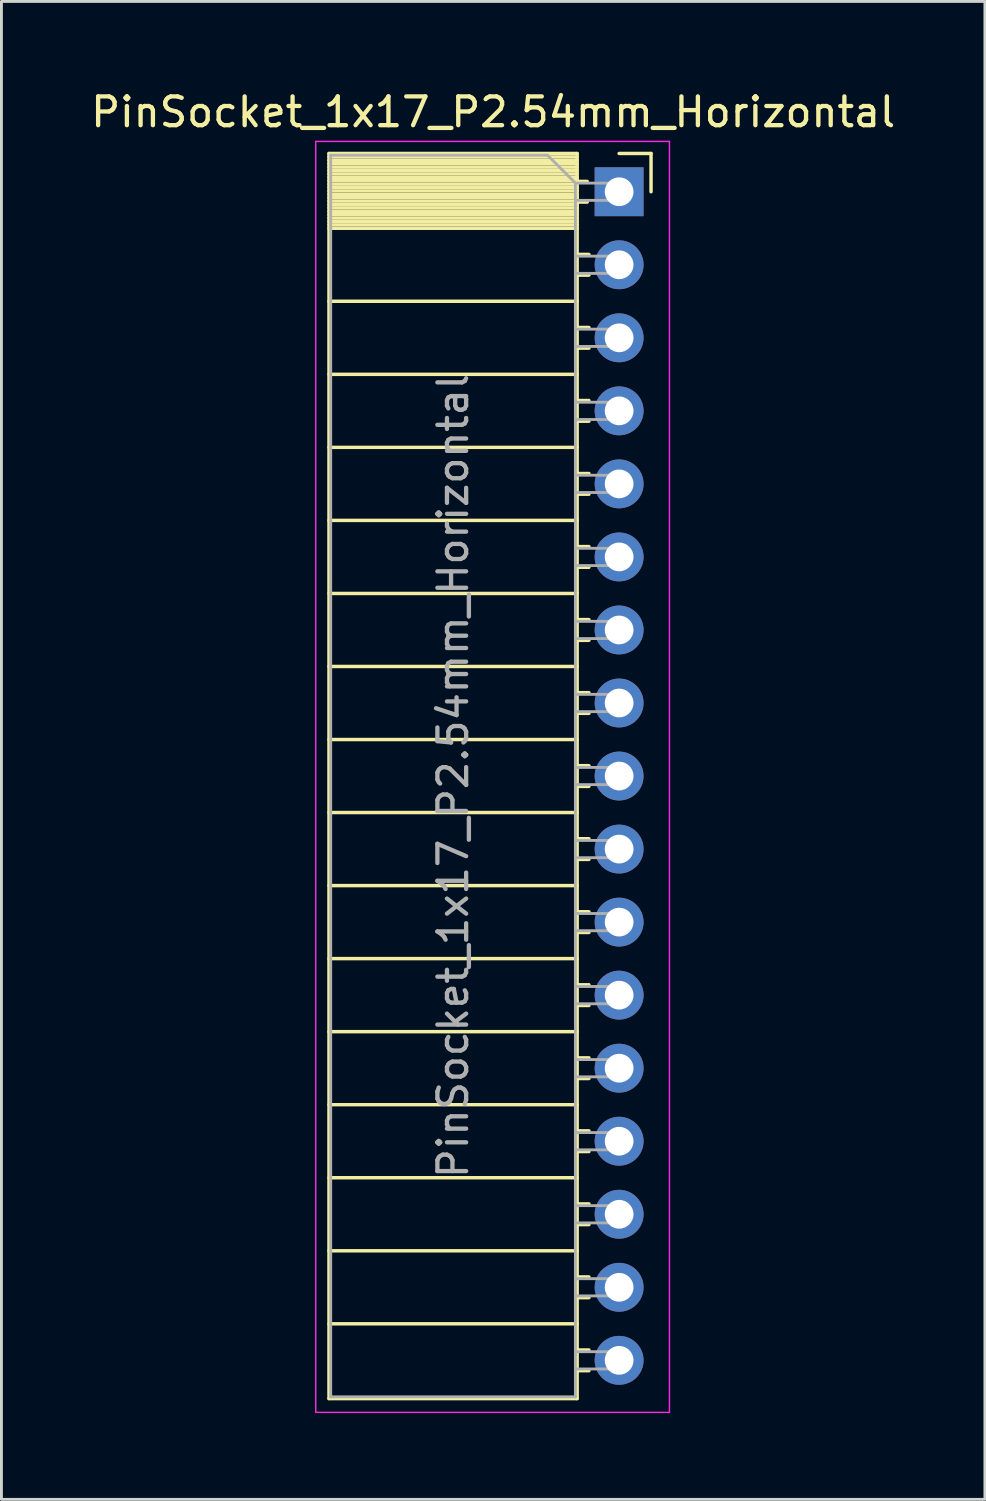
<source format=kicad_pcb>
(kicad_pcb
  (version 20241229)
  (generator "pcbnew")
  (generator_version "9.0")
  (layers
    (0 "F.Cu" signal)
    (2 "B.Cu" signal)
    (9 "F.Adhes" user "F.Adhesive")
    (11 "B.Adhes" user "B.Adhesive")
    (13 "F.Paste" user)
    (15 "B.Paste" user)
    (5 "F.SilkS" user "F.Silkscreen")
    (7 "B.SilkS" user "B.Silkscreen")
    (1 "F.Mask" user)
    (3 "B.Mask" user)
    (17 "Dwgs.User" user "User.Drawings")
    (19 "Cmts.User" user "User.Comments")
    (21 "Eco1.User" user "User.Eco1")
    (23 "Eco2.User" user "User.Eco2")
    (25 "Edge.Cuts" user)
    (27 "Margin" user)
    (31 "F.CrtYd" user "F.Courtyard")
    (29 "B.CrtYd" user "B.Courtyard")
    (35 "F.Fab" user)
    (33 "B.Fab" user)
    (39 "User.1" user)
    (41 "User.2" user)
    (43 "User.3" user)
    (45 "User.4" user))
  (footprint "PinSocket_1x17_P2.54mm_Horizontal"
    (layer "F.Cu")
    (at 18.481 3.618)
    (property "Reference" "PinSocket_1x17_P2.54mm_Horizontal" (at -4.38 -2.77 0) (layer "F.SilkS") (effects (font (size 1 1) (thickness 0.15))))
    (attr through_hole)
    (fp_line (start -10.09 -1.33) (end -10.09 41.97) (stroke (width 0.12) (type solid)) (layer "F.SilkS"))
    (fp_line (start -10.09 -1.33) (end -1.46 -1.33) (stroke (width 0.12) (type solid)) (layer "F.SilkS"))
    (fp_line (start -10.09 -1.21) (end -1.46 -1.21) (stroke (width 0.12) (type solid)) (layer "F.SilkS"))
    (fp_line (start -10.09 -1.092) (end -1.46 -1.092) (stroke (width 0.12) (type solid)) (layer "F.SilkS"))
    (fp_line (start -10.09 -0.974) (end -1.46 -0.974) (stroke (width 0.12) (type solid)) (layer "F.SilkS"))
    (fp_line (start -10.09 -0.856) (end -1.46 -0.856) (stroke (width 0.12) (type solid)) (layer "F.SilkS"))
    (fp_line (start -10.09 -0.738) (end -1.46 -0.738) (stroke (width 0.12) (type solid)) (layer "F.SilkS"))
    (fp_line (start -10.09 -0.62) (end -1.46 -0.62) (stroke (width 0.12) (type solid)) (layer "F.SilkS"))
    (fp_line (start -10.09 -0.501) (end -1.46 -0.501) (stroke (width 0.12) (type solid)) (layer "F.SilkS"))
    (fp_line (start -10.09 -0.383) (end -1.46 -0.383) (stroke (width 0.12) (type solid)) (layer "F.SilkS"))
    (fp_line (start -10.09 -0.265) (end -1.46 -0.265) (stroke (width 0.12) (type solid)) (layer "F.SilkS"))
    (fp_line (start -10.09 -0.147) (end -1.46 -0.147) (stroke (width 0.12) (type solid)) (layer "F.SilkS"))
    (fp_line (start -10.09 -0.029) (end -1.46 -0.029) (stroke (width 0.12) (type solid)) (layer "F.SilkS"))
    (fp_line (start -10.09 0.089) (end -1.46 0.089) (stroke (width 0.12) (type solid)) (layer "F.SilkS"))
    (fp_line (start -10.09 0.207) (end -1.46 0.207) (stroke (width 0.12) (type solid)) (layer "F.SilkS"))
    (fp_line (start -10.09 0.325) (end -1.46 0.325) (stroke (width 0.12) (type solid)) (layer "F.SilkS"))
    (fp_line (start -10.09 0.443) (end -1.46 0.443) (stroke (width 0.12) (type solid)) (layer "F.SilkS"))
    (fp_line (start -10.09 0.561) (end -1.46 0.561) (stroke (width 0.12) (type solid)) (layer "F.SilkS"))
    (fp_line (start -10.09 0.68) (end -1.46 0.68) (stroke (width 0.12) (type solid)) (layer "F.SilkS"))
    (fp_line (start -10.09 0.798) (end -1.46 0.798) (stroke (width 0.12) (type solid)) (layer "F.SilkS"))
    (fp_line (start -10.09 0.916) (end -1.46 0.916) (stroke (width 0.12) (type solid)) (layer "F.SilkS"))
    (fp_line (start -10.09 1.034) (end -1.46 1.034) (stroke (width 0.12) (type solid)) (layer "F.SilkS"))
    (fp_line (start -10.09 1.152) (end -1.46 1.152) (stroke (width 0.12) (type solid)) (layer "F.SilkS"))
    (fp_line (start -10.09 1.27) (end -1.46 1.27) (stroke (width 0.12) (type solid)) (layer "F.SilkS"))
    (fp_line (start -10.09 3.81) (end -1.46 3.81) (stroke (width 0.12) (type solid)) (layer "F.SilkS"))
    (fp_line (start -10.09 6.35) (end -1.46 6.35) (stroke (width 0.12) (type solid)) (layer "F.SilkS"))
    (fp_line (start -10.09 8.89) (end -1.46 8.89) (stroke (width 0.12) (type solid)) (layer "F.SilkS"))
    (fp_line (start -10.09 11.43) (end -1.46 11.43) (stroke (width 0.12) (type solid)) (layer "F.SilkS"))
    (fp_line (start -10.09 13.97) (end -1.46 13.97) (stroke (width 0.12) (type solid)) (layer "F.SilkS"))
    (fp_line (start -10.09 16.51) (end -1.46 16.51) (stroke (width 0.12) (type solid)) (layer "F.SilkS"))
    (fp_line (start -10.09 19.05) (end -1.46 19.05) (stroke (width 0.12) (type solid)) (layer "F.SilkS"))
    (fp_line (start -10.09 21.59) (end -1.46 21.59) (stroke (width 0.12) (type solid)) (layer "F.SilkS"))
    (fp_line (start -10.09 24.13) (end -1.46 24.13) (stroke (width 0.12) (type solid)) (layer "F.SilkS"))
    (fp_line (start -10.09 26.67) (end -1.46 26.67) (stroke (width 0.12) (type solid)) (layer "F.SilkS"))
    (fp_line (start -10.09 29.21) (end -1.46 29.21) (stroke (width 0.12) (type solid)) (layer "F.SilkS"))
    (fp_line (start -10.09 31.75) (end -1.46 31.75) (stroke (width 0.12) (type solid)) (layer "F.SilkS"))
    (fp_line (start -10.09 34.29) (end -1.46 34.29) (stroke (width 0.12) (type solid)) (layer "F.SilkS"))
    (fp_line (start -10.09 36.83) (end -1.46 36.83) (stroke (width 0.12) (type solid)) (layer "F.SilkS"))
    (fp_line (start -10.09 39.37) (end -1.46 39.37) (stroke (width 0.12) (type solid)) (layer "F.SilkS"))
    (fp_line (start -10.09 41.97) (end -1.46 41.97) (stroke (width 0.12) (type solid)) (layer "F.SilkS"))
    (fp_line (start -1.46 -1.33) (end -1.46 41.97) (stroke (width 0.12) (type solid)) (layer "F.SilkS"))
    (fp_line (start -1.46 -0.36) (end -1.11 -0.36) (stroke (width 0.12) (type solid)) (layer "F.SilkS"))
    (fp_line (start -1.46 0.36) (end -1.11 0.36) (stroke (width 0.12) (type solid)) (layer "F.SilkS"))
    (fp_line (start -1.46 2.18) (end -1.05 2.18) (stroke (width 0.12) (type solid)) (layer "F.SilkS"))
    (fp_line (start -1.46 2.9) (end -1.05 2.9) (stroke (width 0.12) (type solid)) (layer "F.SilkS"))
    (fp_line (start -1.46 4.72) (end -1.05 4.72) (stroke (width 0.12) (type solid)) (layer "F.SilkS"))
    (fp_line (start -1.46 5.44) (end -1.05 5.44) (stroke (width 0.12) (type solid)) (layer "F.SilkS"))
    (fp_line (start -1.46 7.26) (end -1.05 7.26) (stroke (width 0.12) (type solid)) (layer "F.SilkS"))
    (fp_line (start -1.46 7.98) (end -1.05 7.98) (stroke (width 0.12) (type solid)) (layer "F.SilkS"))
    (fp_line (start -1.46 9.8) (end -1.05 9.8) (stroke (width 0.12) (type solid)) (layer "F.SilkS"))
    (fp_line (start -1.46 10.52) (end -1.05 10.52) (stroke (width 0.12) (type solid)) (layer "F.SilkS"))
    (fp_line (start -1.46 12.34) (end -1.05 12.34) (stroke (width 0.12) (type solid)) (layer "F.SilkS"))
    (fp_line (start -1.46 13.06) (end -1.05 13.06) (stroke (width 0.12) (type solid)) (layer "F.SilkS"))
    (fp_line (start -1.46 14.88) (end -1.05 14.88) (stroke (width 0.12) (type solid)) (layer "F.SilkS"))
    (fp_line (start -1.46 15.6) (end -1.05 15.6) (stroke (width 0.12) (type solid)) (layer "F.SilkS"))
    (fp_line (start -1.46 17.42) (end -1.05 17.42) (stroke (width 0.12) (type solid)) (layer "F.SilkS"))
    (fp_line (start -1.46 18.14) (end -1.05 18.14) (stroke (width 0.12) (type solid)) (layer "F.SilkS"))
    (fp_line (start -1.46 19.96) (end -1.05 19.96) (stroke (width 0.12) (type solid)) (layer "F.SilkS"))
    (fp_line (start -1.46 20.68) (end -1.05 20.68) (stroke (width 0.12) (type solid)) (layer "F.SilkS"))
    (fp_line (start -1.46 22.5) (end -1.05 22.5) (stroke (width 0.12) (type solid)) (layer "F.SilkS"))
    (fp_line (start -1.46 23.22) (end -1.05 23.22) (stroke (width 0.12) (type solid)) (layer "F.SilkS"))
    (fp_line (start -1.46 25.04) (end -1.05 25.04) (stroke (width 0.12) (type solid)) (layer "F.SilkS"))
    (fp_line (start -1.46 25.76) (end -1.05 25.76) (stroke (width 0.12) (type solid)) (layer "F.SilkS"))
    (fp_line (start -1.46 27.58) (end -1.05 27.58) (stroke (width 0.12) (type solid)) (layer "F.SilkS"))
    (fp_line (start -1.46 28.3) (end -1.05 28.3) (stroke (width 0.12) (type solid)) (layer "F.SilkS"))
    (fp_line (start -1.46 30.12) (end -1.05 30.12) (stroke (width 0.12) (type solid)) (layer "F.SilkS"))
    (fp_line (start -1.46 30.84) (end -1.05 30.84) (stroke (width 0.12) (type solid)) (layer "F.SilkS"))
    (fp_line (start -1.46 32.66) (end -1.05 32.66) (stroke (width 0.12) (type solid)) (layer "F.SilkS"))
    (fp_line (start -1.46 33.38) (end -1.05 33.38) (stroke (width 0.12) (type solid)) (layer "F.SilkS"))
    (fp_line (start -1.46 35.2) (end -1.05 35.2) (stroke (width 0.12) (type solid)) (layer "F.SilkS"))
    (fp_line (start -1.46 35.92) (end -1.05 35.92) (stroke (width 0.12) (type solid)) (layer "F.SilkS"))
    (fp_line (start -1.46 37.74) (end -1.05 37.74) (stroke (width 0.12) (type solid)) (layer "F.SilkS"))
    (fp_line (start -1.46 38.46) (end -1.05 38.46) (stroke (width 0.12) (type solid)) (layer "F.SilkS"))
    (fp_line (start -1.46 40.28) (end -1.05 40.28) (stroke (width 0.12) (type solid)) (layer "F.SilkS"))
    (fp_line (start -1.46 41) (end -1.05 41) (stroke (width 0.12) (type solid)) (layer "F.SilkS"))
    (fp_line (start 0 -1.33) (end 1.11 -1.33) (stroke (width 0.12) (type solid)) (layer "F.SilkS"))
    (fp_line (start 1.11 -1.33) (end 1.11 0) (stroke (width 0.12) (type solid)) (layer "F.SilkS"))
    (fp_line (start -10.55 -1.75) (end -10.55 42.45) (stroke (width 0.05) (type solid)) (layer "F.CrtYd"))
    (fp_line (start -10.55 42.45) (end 1.75 42.45) (stroke (width 0.05) (type solid)) (layer "F.CrtYd"))
    (fp_line (start 1.75 -1.75) (end -10.55 -1.75) (stroke (width 0.05) (type solid)) (layer "F.CrtYd"))
    (fp_line (start 1.75 42.45) (end 1.75 -1.75) (stroke (width 0.05) (type solid)) (layer "F.CrtYd"))
    (fp_line (start -10.03 -1.27) (end -2.49 -1.27) (stroke (width 0.1) (type solid)) (layer "F.Fab"))
    (fp_line (start -10.03 41.91) (end -10.03 -1.27) (stroke (width 0.1) (type solid)) (layer "F.Fab"))
    (fp_line (start -2.49 -1.27) (end -1.52 -0.3) (stroke (width 0.1) (type solid)) (layer "F.Fab"))
    (fp_line (start -1.52 -0.3) (end -1.52 41.91) (stroke (width 0.1) (type solid)) (layer "F.Fab"))
    (fp_line (start -1.52 0.3) (end 0 0.3) (stroke (width 0.1) (type solid)) (layer "F.Fab"))
    (fp_line (start -1.52 2.84) (end 0 2.84) (stroke (width 0.1) (type solid)) (layer "F.Fab"))
    (fp_line (start -1.52 5.38) (end 0 5.38) (stroke (width 0.1) (type solid)) (layer "F.Fab"))
    (fp_line (start -1.52 7.92) (end 0 7.92) (stroke (width 0.1) (type solid)) (layer "F.Fab"))
    (fp_line (start -1.52 10.46) (end 0 10.46) (stroke (width 0.1) (type solid)) (layer "F.Fab"))
    (fp_line (start -1.52 13) (end 0 13) (stroke (width 0.1) (type solid)) (layer "F.Fab"))
    (fp_line (start -1.52 15.54) (end 0 15.54) (stroke (width 0.1) (type solid)) (layer "F.Fab"))
    (fp_line (start -1.52 18.08) (end 0 18.08) (stroke (width 0.1) (type solid)) (layer "F.Fab"))
    (fp_line (start -1.52 20.62) (end 0 20.62) (stroke (width 0.1) (type solid)) (layer "F.Fab"))
    (fp_line (start -1.52 23.16) (end 0 23.16) (stroke (width 0.1) (type solid)) (layer "F.Fab"))
    (fp_line (start -1.52 25.7) (end 0 25.7) (stroke (width 0.1) (type solid)) (layer "F.Fab"))
    (fp_line (start -1.52 28.24) (end 0 28.24) (stroke (width 0.1) (type solid)) (layer "F.Fab"))
    (fp_line (start -1.52 30.78) (end 0 30.78) (stroke (width 0.1) (type solid)) (layer "F.Fab"))
    (fp_line (start -1.52 33.32) (end 0 33.32) (stroke (width 0.1) (type solid)) (layer "F.Fab"))
    (fp_line (start -1.52 35.86) (end 0 35.86) (stroke (width 0.1) (type solid)) (layer "F.Fab"))
    (fp_line (start -1.52 38.4) (end 0 38.4) (stroke (width 0.1) (type solid)) (layer "F.Fab"))
    (fp_line (start -1.52 40.94) (end 0 40.94) (stroke (width 0.1) (type solid)) (layer "F.Fab"))
    (fp_line (start -1.52 41.91) (end -10.03 41.91) (stroke (width 0.1) (type solid)) (layer "F.Fab"))
    (fp_line (start 0 -0.3) (end -1.52 -0.3) (stroke (width 0.1) (type solid)) (layer "F.Fab"))
    (fp_line (start 0 0.3) (end 0 -0.3) (stroke (width 0.1) (type solid)) (layer "F.Fab"))
    (fp_line (start 0 2.24) (end -1.52 2.24) (stroke (width 0.1) (type solid)) (layer "F.Fab"))
    (fp_line (start 0 2.84) (end 0 2.24) (stroke (width 0.1) (type solid)) (layer "F.Fab"))
    (fp_line (start 0 4.78) (end -1.52 4.78) (stroke (width 0.1) (type solid)) (layer "F.Fab"))
    (fp_line (start 0 5.38) (end 0 4.78) (stroke (width 0.1) (type solid)) (layer "F.Fab"))
    (fp_line (start 0 7.32) (end -1.52 7.32) (stroke (width 0.1) (type solid)) (layer "F.Fab"))
    (fp_line (start 0 7.92) (end 0 7.32) (stroke (width 0.1) (type solid)) (layer "F.Fab"))
    (fp_line (start 0 9.86) (end -1.52 9.86) (stroke (width 0.1) (type solid)) (layer "F.Fab"))
    (fp_line (start 0 10.46) (end 0 9.86) (stroke (width 0.1) (type solid)) (layer "F.Fab"))
    (fp_line (start 0 12.4) (end -1.52 12.4) (stroke (width 0.1) (type solid)) (layer "F.Fab"))
    (fp_line (start 0 13) (end 0 12.4) (stroke (width 0.1) (type solid)) (layer "F.Fab"))
    (fp_line (start 0 14.94) (end -1.52 14.94) (stroke (width 0.1) (type solid)) (layer "F.Fab"))
    (fp_line (start 0 15.54) (end 0 14.94) (stroke (width 0.1) (type solid)) (layer "F.Fab"))
    (fp_line (start 0 17.48) (end -1.52 17.48) (stroke (width 0.1) (type solid)) (layer "F.Fab"))
    (fp_line (start 0 18.08) (end 0 17.48) (stroke (width 0.1) (type solid)) (layer "F.Fab"))
    (fp_line (start 0 20.02) (end -1.52 20.02) (stroke (width 0.1) (type solid)) (layer "F.Fab"))
    (fp_line (start 0 20.62) (end 0 20.02) (stroke (width 0.1) (type solid)) (layer "F.Fab"))
    (fp_line (start 0 22.56) (end -1.52 22.56) (stroke (width 0.1) (type solid)) (layer "F.Fab"))
    (fp_line (start 0 23.16) (end 0 22.56) (stroke (width 0.1) (type solid)) (layer "F.Fab"))
    (fp_line (start 0 25.1) (end -1.52 25.1) (stroke (width 0.1) (type solid)) (layer "F.Fab"))
    (fp_line (start 0 25.7) (end 0 25.1) (stroke (width 0.1) (type solid)) (layer "F.Fab"))
    (fp_line (start 0 27.64) (end -1.52 27.64) (stroke (width 0.1) (type solid)) (layer "F.Fab"))
    (fp_line (start 0 28.24) (end 0 27.64) (stroke (width 0.1) (type solid)) (layer "F.Fab"))
    (fp_line (start 0 30.18) (end -1.52 30.18) (stroke (width 0.1) (type solid)) (layer "F.Fab"))
    (fp_line (start 0 30.78) (end 0 30.18) (stroke (width 0.1) (type solid)) (layer "F.Fab"))
    (fp_line (start 0 32.72) (end -1.52 32.72) (stroke (width 0.1) (type solid)) (layer "F.Fab"))
    (fp_line (start 0 33.32) (end 0 32.72) (stroke (width 0.1) (type solid)) (layer "F.Fab"))
    (fp_line (start 0 35.26) (end -1.52 35.26) (stroke (width 0.1) (type solid)) (layer "F.Fab"))
    (fp_line (start 0 35.86) (end 0 35.26) (stroke (width 0.1) (type solid)) (layer "F.Fab"))
    (fp_line (start 0 37.8) (end -1.52 37.8) (stroke (width 0.1) (type solid)) (layer "F.Fab"))
    (fp_line (start 0 38.4) (end 0 37.8) (stroke (width 0.1) (type solid)) (layer "F.Fab"))
    (fp_line (start 0 40.34) (end -1.52 40.34) (stroke (width 0.1) (type solid)) (layer "F.Fab"))
    (fp_line (start 0 40.94) (end 0 40.34) (stroke (width 0.1) (type solid)) (layer "F.Fab"))
    (fp_text user "${REFERENCE}" (at -5.775 20.32 90) (layer "F.Fab") (effects (font (size 1 1) (thickness 0.15))))
    (pad "1" thru_hole rect (at 0 0) (size 1.7 1.7) (drill 1) (layers "*.Cu" "*.Mask"))
    (pad "2" thru_hole circle (at 0 2.54) (size 1.7 1.7) (drill 1) (layers "*.Cu" "*.Mask"))
    (pad "3" thru_hole circle (at 0 5.08) (size 1.7 1.7) (drill 1) (layers "*.Cu" "*.Mask"))
    (pad "4" thru_hole circle (at 0 7.62) (size 1.7 1.7) (drill 1) (layers "*.Cu" "*.Mask"))
    (pad "5" thru_hole circle (at 0 10.16) (size 1.7 1.7) (drill 1) (layers "*.Cu" "*.Mask"))
    (pad "6" thru_hole circle (at 0 12.7) (size 1.7 1.7) (drill 1) (layers "*.Cu" "*.Mask"))
    (pad "7" thru_hole circle (at 0 15.24) (size 1.7 1.7) (drill 1) (layers "*.Cu" "*.Mask"))
    (pad "8" thru_hole circle (at 0 17.78) (size 1.7 1.7) (drill 1) (layers "*.Cu" "*.Mask"))
    (pad "9" thru_hole circle (at 0 20.32) (size 1.7 1.7) (drill 1) (layers "*.Cu" "*.Mask"))
    (pad "10" thru_hole circle (at 0 22.86) (size 1.7 1.7) (drill 1) (layers "*.Cu" "*.Mask"))
    (pad "11" thru_hole circle (at 0 25.4) (size 1.7 1.7) (drill 1) (layers "*.Cu" "*.Mask"))
    (pad "12" thru_hole circle (at 0 27.94) (size 1.7 1.7) (drill 1) (layers "*.Cu" "*.Mask"))
    (pad "13" thru_hole circle (at 0 30.48) (size 1.7 1.7) (drill 1) (layers "*.Cu" "*.Mask"))
    (pad "14" thru_hole circle (at 0 33.02) (size 1.7 1.7) (drill 1) (layers "*.Cu" "*.Mask"))
    (pad "15" thru_hole circle (at 0 35.56) (size 1.7 1.7) (drill 1) (layers "*.Cu" "*.Mask"))
    (pad "16" thru_hole circle (at 0 38.1) (size 1.7 1.7) (drill 1) (layers "*.Cu" "*.Mask"))
    (pad "17" thru_hole circle (at 0 40.64) (size 1.7 1.7) (drill 1) (layers "*.Cu" "*.Mask")))
  (gr_rect
    (start -3 -3)
    (end 31.202 49.093)
    (stroke (width 0.1) (type default))
    (fill no)
    (layer "Edge.Cuts")))
</source>
